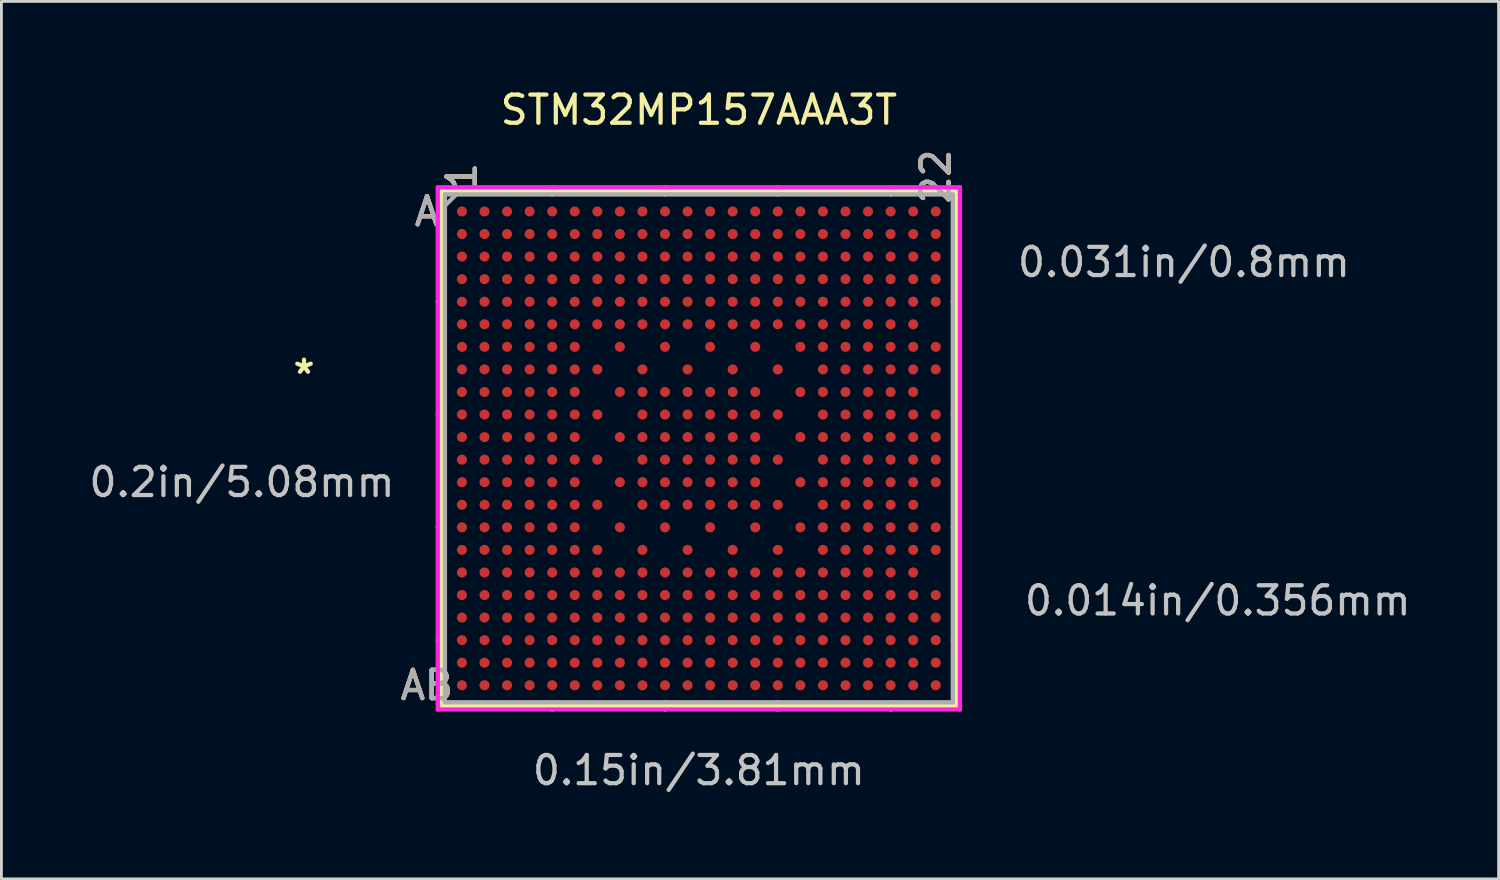
<source format=kicad_pcb>
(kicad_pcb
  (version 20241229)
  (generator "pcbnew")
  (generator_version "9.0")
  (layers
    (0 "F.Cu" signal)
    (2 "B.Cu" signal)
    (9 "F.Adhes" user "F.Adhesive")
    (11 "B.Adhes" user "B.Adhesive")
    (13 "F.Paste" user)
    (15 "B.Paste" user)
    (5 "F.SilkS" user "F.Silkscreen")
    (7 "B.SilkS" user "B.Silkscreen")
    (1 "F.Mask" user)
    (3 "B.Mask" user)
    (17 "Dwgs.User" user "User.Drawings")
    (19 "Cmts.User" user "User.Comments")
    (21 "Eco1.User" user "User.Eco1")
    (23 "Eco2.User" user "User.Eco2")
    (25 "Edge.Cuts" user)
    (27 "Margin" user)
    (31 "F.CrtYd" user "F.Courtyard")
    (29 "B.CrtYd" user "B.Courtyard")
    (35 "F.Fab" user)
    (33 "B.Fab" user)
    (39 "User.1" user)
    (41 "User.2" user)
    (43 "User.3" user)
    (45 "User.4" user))
  (footprint "STM32MP157AAA3T"
    (layer "F.Cu")
    (at 21.73 12.848)
    (property "Reference" "STM32MP157AAA3T" (at 0 -12 0) (layer "F.SilkS") (effects (font (size 1 1) (thickness 0.15))))
    (attr through_hole)
    (fp_line (start -9.131 -9.131) (end -9.131 9.131) (stroke (width 0.152) (type solid)) (layer "F.SilkS"))
    (fp_line (start -9.131 9.131) (end 9.131 9.131) (stroke (width 0.152) (type solid)) (layer "F.SilkS"))
    (fp_line (start -9.004 -5.2) (end -9.258 -5.2) (stroke (width 0.152) (type solid)) (layer "F.SilkS"))
    (fp_line (start -9.004 -1.2) (end -9.258 -1.2) (stroke (width 0.152) (type solid)) (layer "F.SilkS"))
    (fp_line (start -9.004 2.8) (end -9.258 2.8) (stroke (width 0.152) (type solid)) (layer "F.SilkS"))
    (fp_line (start -9.004 6.8) (end -9.258 6.8) (stroke (width 0.152) (type solid)) (layer "F.SilkS"))
    (fp_line (start -5.2 -9.004) (end -5.2 -9.258) (stroke (width 0.152) (type solid)) (layer "F.SilkS"))
    (fp_line (start -5.2 9.004) (end -5.2 9.258) (stroke (width 0.152) (type solid)) (layer "F.SilkS"))
    (fp_line (start -1.2 -9.004) (end -1.2 -9.258) (stroke (width 0.152) (type solid)) (layer "F.SilkS"))
    (fp_line (start -1.2 9.004) (end -1.2 9.258) (stroke (width 0.152) (type solid)) (layer "F.SilkS"))
    (fp_line (start 2.8 -9.004) (end 2.8 -9.258) (stroke (width 0.152) (type solid)) (layer "F.SilkS"))
    (fp_line (start 2.8 9.004) (end 2.8 9.258) (stroke (width 0.152) (type solid)) (layer "F.SilkS"))
    (fp_line (start 6.8 -9.004) (end 6.8 -9.258) (stroke (width 0.152) (type solid)) (layer "F.SilkS"))
    (fp_line (start 6.8 9.004) (end 6.8 9.258) (stroke (width 0.152) (type solid)) (layer "F.SilkS"))
    (fp_line (start 9.004 -5.2) (end 9.258 -5.2) (stroke (width 0.152) (type solid)) (layer "F.SilkS"))
    (fp_line (start 9.004 -1.2) (end 9.258 -1.2) (stroke (width 0.152) (type solid)) (layer "F.SilkS"))
    (fp_line (start 9.004 2.8) (end 9.258 2.8) (stroke (width 0.152) (type solid)) (layer "F.SilkS"))
    (fp_line (start 9.004 6.8) (end 9.258 6.8) (stroke (width 0.152) (type solid)) (layer "F.SilkS"))
    (fp_line (start 9.131 -9.131) (end -9.131 -9.131) (stroke (width 0.152) (type solid)) (layer "F.SilkS"))
    (fp_line (start 9.131 9.131) (end 9.131 -9.131) (stroke (width 0.152) (type solid)) (layer "F.SilkS"))
    (fp_line (start -9.258 -9.258) (end 9.258 -9.258) (stroke (width 0.152) (type solid)) (layer "F.CrtYd"))
    (fp_line (start -9.258 9.258) (end -9.258 -9.258) (stroke (width 0.152) (type solid)) (layer "F.CrtYd"))
    (fp_line (start 9.258 -9.258) (end 9.258 9.258) (stroke (width 0.152) (type solid)) (layer "F.CrtYd"))
    (fp_line (start 9.258 9.258) (end -9.258 9.258) (stroke (width 0.152) (type solid)) (layer "F.CrtYd"))
    (fp_line (start -9.004 -9.004) (end -9.004 9.004) (stroke (width 0.152) (type solid)) (layer "F.Fab"))
    (fp_line (start -9.004 9.004) (end 9.004 9.004) (stroke (width 0.152) (type solid)) (layer "F.Fab"))
    (fp_line (start -8.604 -9.004) (end -9.004 -8.604) (stroke (width 0.152) (type solid)) (layer "F.Fab"))
    (fp_line (start 9.004 -9.004) (end -9.004 -9.004) (stroke (width 0.152) (type solid)) (layer "F.Fab"))
    (fp_line (start 9.004 9.004) (end 9.004 -9.004) (stroke (width 0.152) (type solid)) (layer "F.Fab"))
    (fp_text user "AB" (at -9.639 8.4 0) (layer "F.SilkS") (effects (font (size 1 1) (thickness 0.15))))
    (fp_text user "A" (at -9.639 -8.4 0) (layer "F.SilkS") (effects (font (size 1 1) (thickness 0.15))))
    (fp_text user "*" (at -14 -2.6 0) (layer "F.SilkS") (effects (font (size 1 1) (thickness 0.15))))
    (fp_text user "22" (at 8.4 -9.639 90) (layer "F.SilkS") (effects (font (size 1 1) (thickness 0.15))))
    (fp_text user "1" (at -8.4 -9.639 90) (layer "F.SilkS") (effects (font (size 1 1) (thickness 0.15))))
    (fp_text user "A" (at -9.639 -8.4 0) (layer "B.SilkS") (effects (font (size 1 1) (thickness 0.15))))
    (fp_text user "22" (at 8.4 -9.639 90) (layer "B.SilkS") (effects (font (size 1 1) (thickness 0.15))))
    (fp_text user "AB" (at -9.639 8.4 0) (layer "B.SilkS") (effects (font (size 1 1) (thickness 0.15))))
    (fp_text user "1" (at -8.4 -9.639 90) (layer "B.SilkS") (effects (font (size 1 1) (thickness 0.15))))
    (fp_text user "0.2in/5.08mm" (at -16.2 1.2 0) (layer "Dwgs.User") (effects (font (size 1 1) (thickness 0.15))))
    (fp_text user "0.014in/0.356mm" (at 18.4 5.4 0) (layer "Dwgs.User") (effects (font (size 1 1) (thickness 0.15))))
    (fp_text user "0.031in/0.8mm" (at 17.2 -6.6 0) (layer "Dwgs.User") (effects (font (size 1 1) (thickness 0.15))))
    (fp_text user "0.15in/3.81mm" (at 0 11.417 0) (layer "Dwgs.User") (effects (font (size 1 1) (thickness 0.15))))
    (fp_text user "Copyright 2016 Accelerated Designs. All rights reserved." (at 0 0 0) (layer "Cmts.User") (effects (font (size 0.127 0.127) (thickness 0.002))))
    (fp_text user "1" (at -8.4 -9.639 90) (layer "F.Fab") (effects (font (size 1 1) (thickness 0.15))))
    (fp_text user "22" (at 8.4 -9.639 90) (layer "F.Fab") (effects (font (size 1 1) (thickness 0.15))))
    (fp_text user "AB" (at -9.639 8.4 0) (layer "F.Fab") (effects (font (size 1 1) (thickness 0.15))))
    (fp_text user "A" (at -9.639 -8.4 0) (layer "F.Fab") (effects (font (size 1 1) (thickness 0.15))))
    (pad "A1" smd circle (at -8.4 -8.4) (size 0.356 0.356) (layers "F.Cu" "F.Mask" "F.Paste"))
    (pad "A2" smd circle (at -7.6 -8.4) (size 0.356 0.356) (layers "F.Cu" "F.Mask" "F.Paste"))
    (pad "A3" smd circle (at -6.8 -8.4) (size 0.356 0.356) (layers "F.Cu" "F.Mask" "F.Paste"))
    (pad "A4" smd circle (at -6 -8.4) (size 0.356 0.356) (layers "F.Cu" "F.Mask" "F.Paste"))
    (pad "A5" smd circle (at -5.2 -8.4) (size 0.356 0.356) (layers "F.Cu" "F.Mask" "F.Paste"))
    (pad "A6" smd circle (at -4.4 -8.4) (size 0.356 0.356) (layers "F.Cu" "F.Mask" "F.Paste"))
    (pad "A7" smd circle (at -3.6 -8.4) (size 0.356 0.356) (layers "F.Cu" "F.Mask" "F.Paste"))
    (pad "A8" smd circle (at -2.8 -8.4) (size 0.356 0.356) (layers "F.Cu" "F.Mask" "F.Paste"))
    (pad "A9" smd circle (at -2 -8.4) (size 0.356 0.356) (layers "F.Cu" "F.Mask" "F.Paste"))
    (pad "A10" smd circle (at -1.2 -8.4) (size 0.356 0.356) (layers "F.Cu" "F.Mask" "F.Paste"))
    (pad "A11" smd circle (at -0.4 -8.4) (size 0.356 0.356) (layers "F.Cu" "F.Mask" "F.Paste"))
    (pad "A12" smd circle (at 0.4 -8.4) (size 0.356 0.356) (layers "F.Cu" "F.Mask" "F.Paste"))
    (pad "A13" smd circle (at 1.2 -8.4) (size 0.356 0.356) (layers "F.Cu" "F.Mask" "F.Paste"))
    (pad "A14" smd circle (at 2 -8.4) (size 0.356 0.356) (layers "F.Cu" "F.Mask" "F.Paste"))
    (pad "A15" smd circle (at 2.8 -8.4) (size 0.356 0.356) (layers "F.Cu" "F.Mask" "F.Paste"))
    (pad "A16" smd circle (at 3.6 -8.4) (size 0.356 0.356) (layers "F.Cu" "F.Mask" "F.Paste"))
    (pad "A17" smd circle (at 4.4 -8.4) (size 0.356 0.356) (layers "F.Cu" "F.Mask" "F.Paste"))
    (pad "A18" smd circle (at 5.2 -8.4) (size 0.356 0.356) (layers "F.Cu" "F.Mask" "F.Paste"))
    (pad "A19" smd circle (at 6 -8.4) (size 0.356 0.356) (layers "F.Cu" "F.Mask" "F.Paste"))
    (pad "A20" smd circle (at 6.8 -8.4) (size 0.356 0.356) (layers "F.Cu" "F.Mask" "F.Paste"))
    (pad "A21" smd circle (at 7.6 -8.4) (size 0.356 0.356) (layers "F.Cu" "F.Mask" "F.Paste"))
    (pad "A22" smd circle (at 8.4 -8.4) (size 0.356 0.356) (layers "F.Cu" "F.Mask" "F.Paste"))
    (pad "AA1" smd circle (at -8.4 7.6) (size 0.356 0.356) (layers "F.Cu" "F.Mask" "F.Paste"))
    (pad "AA2" smd circle (at -7.6 7.6) (size 0.356 0.356) (layers "F.Cu" "F.Mask" "F.Paste"))
    (pad "AA3" smd circle (at -6.8 7.6) (size 0.356 0.356) (layers "F.Cu" "F.Mask" "F.Paste"))
    (pad "AA4" smd circle (at -6 7.6) (size 0.356 0.356) (layers "F.Cu" "F.Mask" "F.Paste"))
    (pad "AA5" smd circle (at -5.2 7.6) (size 0.356 0.356) (layers "F.Cu" "F.Mask" "F.Paste"))
    (pad "AA6" smd circle (at -4.4 7.6) (size 0.356 0.356) (layers "F.Cu" "F.Mask" "F.Paste"))
    (pad "AA7" smd circle (at -3.6 7.6) (size 0.356 0.356) (layers "F.Cu" "F.Mask" "F.Paste"))
    (pad "AA8" smd circle (at -2.8 7.6) (size 0.356 0.356) (layers "F.Cu" "F.Mask" "F.Paste"))
    (pad "AA9" smd circle (at -2 7.6) (size 0.356 0.356) (layers "F.Cu" "F.Mask" "F.Paste"))
    (pad "AA10" smd circle (at -1.2 7.6) (size 0.356 0.356) (layers "F.Cu" "F.Mask" "F.Paste"))
    (pad "AA11" smd circle (at -0.4 7.6) (size 0.356 0.356) (layers "F.Cu" "F.Mask" "F.Paste"))
    (pad "AA12" smd circle (at 0.4 7.6) (size 0.356 0.356) (layers "F.Cu" "F.Mask" "F.Paste"))
    (pad "AA13" smd circle (at 1.2 7.6) (size 0.356 0.356) (layers "F.Cu" "F.Mask" "F.Paste"))
    (pad "AA14" smd circle (at 2 7.6) (size 0.356 0.356) (layers "F.Cu" "F.Mask" "F.Paste"))
    (pad "AA15" smd circle (at 2.8 7.6) (size 0.356 0.356) (layers "F.Cu" "F.Mask" "F.Paste"))
    (pad "AA16" smd circle (at 3.6 7.6) (size 0.356 0.356) (layers "F.Cu" "F.Mask" "F.Paste"))
    (pad "AA17" smd circle (at 4.4 7.6) (size 0.356 0.356) (layers "F.Cu" "F.Mask" "F.Paste"))
    (pad "AA18" smd circle (at 5.2 7.6) (size 0.356 0.356) (layers "F.Cu" "F.Mask" "F.Paste"))
    (pad "AA19" smd circle (at 6 7.6) (size 0.356 0.356) (layers "F.Cu" "F.Mask" "F.Paste"))
    (pad "AA20" smd circle (at 6.8 7.6) (size 0.356 0.356) (layers "F.Cu" "F.Mask" "F.Paste"))
    (pad "AA21" smd circle (at 7.6 7.6) (size 0.356 0.356) (layers "F.Cu" "F.Mask" "F.Paste"))
    (pad "AA22" smd circle (at 8.4 7.6) (size 0.356 0.356) (layers "F.Cu" "F.Mask" "F.Paste"))
    (pad "AB1" smd circle (at -8.4 8.4) (size 0.356 0.356) (layers "F.Cu" "F.Mask" "F.Paste"))
    (pad "AB2" smd circle (at -7.6 8.4) (size 0.356 0.356) (layers "F.Cu" "F.Mask" "F.Paste"))
    (pad "AB3" smd circle (at -6.8 8.4) (size 0.356 0.356) (layers "F.Cu" "F.Mask" "F.Paste"))
    (pad "AB4" smd circle (at -6 8.4) (size 0.356 0.356) (layers "F.Cu" "F.Mask" "F.Paste"))
    (pad "AB5" smd circle (at -5.2 8.4) (size 0.356 0.356) (layers "F.Cu" "F.Mask" "F.Paste"))
    (pad "AB6" smd circle (at -4.4 8.4) (size 0.356 0.356) (layers "F.Cu" "F.Mask" "F.Paste"))
    (pad "AB7" smd circle (at -3.6 8.4) (size 0.356 0.356) (layers "F.Cu" "F.Mask" "F.Paste"))
    (pad "AB8" smd circle (at -2.8 8.4) (size 0.356 0.356) (layers "F.Cu" "F.Mask" "F.Paste"))
    (pad "AB9" smd circle (at -2 8.4) (size 0.356 0.356) (layers "F.Cu" "F.Mask" "F.Paste"))
    (pad "AB10" smd circle (at -1.2 8.4) (size 0.356 0.356) (layers "F.Cu" "F.Mask" "F.Paste"))
    (pad "AB11" smd circle (at -0.4 8.4) (size 0.356 0.356) (layers "F.Cu" "F.Mask" "F.Paste"))
    (pad "AB12" smd circle (at 0.4 8.4) (size 0.356 0.356) (layers "F.Cu" "F.Mask" "F.Paste"))
    (pad "AB13" smd circle (at 1.2 8.4) (size 0.356 0.356) (layers "F.Cu" "F.Mask" "F.Paste"))
    (pad "AB14" smd circle (at 2 8.4) (size 0.356 0.356) (layers "F.Cu" "F.Mask" "F.Paste"))
    (pad "AB15" smd circle (at 2.8 8.4) (size 0.356 0.356) (layers "F.Cu" "F.Mask" "F.Paste"))
    (pad "AB16" smd circle (at 3.6 8.4) (size 0.356 0.356) (layers "F.Cu" "F.Mask" "F.Paste"))
    (pad "AB17" smd circle (at 4.4 8.4) (size 0.356 0.356) (layers "F.Cu" "F.Mask" "F.Paste"))
    (pad "AB18" smd circle (at 5.2 8.4) (size 0.356 0.356) (layers "F.Cu" "F.Mask" "F.Paste"))
    (pad "AB19" smd circle (at 6 8.4) (size 0.356 0.356) (layers "F.Cu" "F.Mask" "F.Paste"))
    (pad "AB20" smd circle (at 6.8 8.4) (size 0.356 0.356) (layers "F.Cu" "F.Mask" "F.Paste"))
    (pad "AB21" smd circle (at 7.6 8.4) (size 0.356 0.356) (layers "F.Cu" "F.Mask" "F.Paste"))
    (pad "AB22" smd circle (at 8.4 8.4) (size 0.356 0.356) (layers "F.Cu" "F.Mask" "F.Paste"))
    (pad "B1" smd circle (at -8.4 -7.6) (size 0.356 0.356) (layers "F.Cu" "F.Mask" "F.Paste"))
    (pad "B2" smd circle (at -7.6 -7.6) (size 0.356 0.356) (layers "F.Cu" "F.Mask" "F.Paste"))
    (pad "B3" smd circle (at -6.8 -7.6) (size 0.356 0.356) (layers "F.Cu" "F.Mask" "F.Paste"))
    (pad "B4" smd circle (at -6 -7.6) (size 0.356 0.356) (layers "F.Cu" "F.Mask" "F.Paste"))
    (pad "B5" smd circle (at -5.2 -7.6) (size 0.356 0.356) (layers "F.Cu" "F.Mask" "F.Paste"))
    (pad "B6" smd circle (at -4.4 -7.6) (size 0.356 0.356) (layers "F.Cu" "F.Mask" "F.Paste"))
    (pad "B7" smd circle (at -3.6 -7.6) (size 0.356 0.356) (layers "F.Cu" "F.Mask" "F.Paste"))
    (pad "B8" smd circle (at -2.8 -7.6) (size 0.356 0.356) (layers "F.Cu" "F.Mask" "F.Paste"))
    (pad "B9" smd circle (at -2 -7.6) (size 0.356 0.356) (layers "F.Cu" "F.Mask" "F.Paste"))
    (pad "B10" smd circle (at -1.2 -7.6) (size 0.356 0.356) (layers "F.Cu" "F.Mask" "F.Paste"))
    (pad "B11" smd circle (at -0.4 -7.6) (size 0.356 0.356) (layers "F.Cu" "F.Mask" "F.Paste"))
    (pad "B12" smd circle (at 0.4 -7.6) (size 0.356 0.356) (layers "F.Cu" "F.Mask" "F.Paste"))
    (pad "B13" smd circle (at 1.2 -7.6) (size 0.356 0.356) (layers "F.Cu" "F.Mask" "F.Paste"))
    (pad "B14" smd circle (at 2 -7.6) (size 0.356 0.356) (layers "F.Cu" "F.Mask" "F.Paste"))
    (pad "B15" smd circle (at 2.8 -7.6) (size 0.356 0.356) (layers "F.Cu" "F.Mask" "F.Paste"))
    (pad "B16" smd circle (at 3.6 -7.6) (size 0.356 0.356) (layers "F.Cu" "F.Mask" "F.Paste"))
    (pad "B17" smd circle (at 4.4 -7.6) (size 0.356 0.356) (layers "F.Cu" "F.Mask" "F.Paste"))
    (pad "B18" smd circle (at 5.2 -7.6) (size 0.356 0.356) (layers "F.Cu" "F.Mask" "F.Paste"))
    (pad "B19" smd circle (at 6 -7.6) (size 0.356 0.356) (layers "F.Cu" "F.Mask" "F.Paste"))
    (pad "B20" smd circle (at 6.8 -7.6) (size 0.356 0.356) (layers "F.Cu" "F.Mask" "F.Paste"))
    (pad "B21" smd circle (at 7.6 -7.6) (size 0.356 0.356) (layers "F.Cu" "F.Mask" "F.Paste"))
    (pad "B22" smd circle (at 8.4 -7.6) (size 0.356 0.356) (layers "F.Cu" "F.Mask" "F.Paste"))
    (pad "C1" smd circle (at -8.4 -6.8) (size 0.356 0.356) (layers "F.Cu" "F.Mask" "F.Paste"))
    (pad "C2" smd circle (at -7.6 -6.8) (size 0.356 0.356) (layers "F.Cu" "F.Mask" "F.Paste"))
    (pad "C3" smd circle (at -6.8 -6.8) (size 0.356 0.356) (layers "F.Cu" "F.Mask" "F.Paste"))
    (pad "C4" smd circle (at -6 -6.8) (size 0.356 0.356) (layers "F.Cu" "F.Mask" "F.Paste"))
    (pad "C5" smd circle (at -5.2 -6.8) (size 0.356 0.356) (layers "F.Cu" "F.Mask" "F.Paste"))
    (pad "C6" smd circle (at -4.4 -6.8) (size 0.356 0.356) (layers "F.Cu" "F.Mask" "F.Paste"))
    (pad "C7" smd circle (at -3.6 -6.8) (size 0.356 0.356) (layers "F.Cu" "F.Mask" "F.Paste"))
    (pad "C8" smd circle (at -2.8 -6.8) (size 0.356 0.356) (layers "F.Cu" "F.Mask" "F.Paste"))
    (pad "C9" smd circle (at -2 -6.8) (size 0.356 0.356) (layers "F.Cu" "F.Mask" "F.Paste"))
    (pad "C10" smd circle (at -1.2 -6.8) (size 0.356 0.356) (layers "F.Cu" "F.Mask" "F.Paste"))
    (pad "C11" smd circle (at -0.4 -6.8) (size 0.356 0.356) (layers "F.Cu" "F.Mask" "F.Paste"))
    (pad "C12" smd circle (at 0.4 -6.8) (size 0.356 0.356) (layers "F.Cu" "F.Mask" "F.Paste"))
    (pad "C13" smd circle (at 1.2 -6.8) (size 0.356 0.356) (layers "F.Cu" "F.Mask" "F.Paste"))
    (pad "C14" smd circle (at 2 -6.8) (size 0.356 0.356) (layers "F.Cu" "F.Mask" "F.Paste"))
    (pad "C15" smd circle (at 2.8 -6.8) (size 0.356 0.356) (layers "F.Cu" "F.Mask" "F.Paste"))
    (pad "C16" smd circle (at 3.6 -6.8) (size 0.356 0.356) (layers "F.Cu" "F.Mask" "F.Paste"))
    (pad "C17" smd circle (at 4.4 -6.8) (size 0.356 0.356) (layers "F.Cu" "F.Mask" "F.Paste"))
    (pad "C18" smd circle (at 5.2 -6.8) (size 0.356 0.356) (layers "F.Cu" "F.Mask" "F.Paste"))
    (pad "C19" smd circle (at 6 -6.8) (size 0.356 0.356) (layers "F.Cu" "F.Mask" "F.Paste"))
    (pad "C20" smd circle (at 6.8 -6.8) (size 0.356 0.356) (layers "F.Cu" "F.Mask" "F.Paste"))
    (pad "C21" smd circle (at 7.6 -6.8) (size 0.356 0.356) (layers "F.Cu" "F.Mask" "F.Paste"))
    (pad "C22" smd circle (at 8.4 -6.8) (size 0.356 0.356) (layers "F.Cu" "F.Mask" "F.Paste"))
    (pad "D1" smd circle (at -8.4 -6) (size 0.356 0.356) (layers "F.Cu" "F.Mask" "F.Paste"))
    (pad "D2" smd circle (at -7.6 -6) (size 0.356 0.356) (layers "F.Cu" "F.Mask" "F.Paste"))
    (pad "D3" smd circle (at -6.8 -6) (size 0.356 0.356) (layers "F.Cu" "F.Mask" "F.Paste"))
    (pad "D4" smd circle (at -6 -6) (size 0.356 0.356) (layers "F.Cu" "F.Mask" "F.Paste"))
    (pad "D5" smd circle (at -5.2 -6) (size 0.356 0.356) (layers "F.Cu" "F.Mask" "F.Paste"))
    (pad "D6" smd circle (at -4.4 -6) (size 0.356 0.356) (layers "F.Cu" "F.Mask" "F.Paste"))
    (pad "D7" smd circle (at -3.6 -6) (size 0.356 0.356) (layers "F.Cu" "F.Mask" "F.Paste"))
    (pad "D8" smd circle (at -2.8 -6) (size 0.356 0.356) (layers "F.Cu" "F.Mask" "F.Paste"))
    (pad "D9" smd circle (at -2 -6) (size 0.356 0.356) (layers "F.Cu" "F.Mask" "F.Paste"))
    (pad "D10" smd circle (at -1.2 -6) (size 0.356 0.356) (layers "F.Cu" "F.Mask" "F.Paste"))
    (pad "D11" smd circle (at -0.4 -6) (size 0.356 0.356) (layers "F.Cu" "F.Mask" "F.Paste"))
    (pad "D12" smd circle (at 0.4 -6) (size 0.356 0.356) (layers "F.Cu" "F.Mask" "F.Paste"))
    (pad "D13" smd circle (at 1.2 -6) (size 0.356 0.356) (layers "F.Cu" "F.Mask" "F.Paste"))
    (pad "D14" smd circle (at 2 -6) (size 0.356 0.356) (layers "F.Cu" "F.Mask" "F.Paste"))
    (pad "D15" smd circle (at 2.8 -6) (size 0.356 0.356) (layers "F.Cu" "F.Mask" "F.Paste"))
    (pad "D16" smd circle (at 3.6 -6) (size 0.356 0.356) (layers "F.Cu" "F.Mask" "F.Paste"))
    (pad "D17" smd circle (at 4.4 -6) (size 0.356 0.356) (layers "F.Cu" "F.Mask" "F.Paste"))
    (pad "D18" smd circle (at 5.2 -6) (size 0.356 0.356) (layers "F.Cu" "F.Mask" "F.Paste"))
    (pad "D19" smd circle (at 6 -6) (size 0.356 0.356) (layers "F.Cu" "F.Mask" "F.Paste"))
    (pad "D20" smd circle (at 6.8 -6) (size 0.356 0.356) (layers "F.Cu" "F.Mask" "F.Paste"))
    (pad "D21" smd circle (at 7.6 -6) (size 0.356 0.356) (layers "F.Cu" "F.Mask" "F.Paste"))
    (pad "D22" smd circle (at 8.4 -6) (size 0.356 0.356) (layers "F.Cu" "F.Mask" "F.Paste"))
    (pad "E1" smd circle (at -8.4 -5.2) (size 0.356 0.356) (layers "F.Cu" "F.Mask" "F.Paste"))
    (pad "E2" smd circle (at -7.6 -5.2) (size 0.356 0.356) (layers "F.Cu" "F.Mask" "F.Paste"))
    (pad "E3" smd circle (at -6.8 -5.2) (size 0.356 0.356) (layers "F.Cu" "F.Mask" "F.Paste"))
    (pad "E4" smd circle (at -6 -5.2) (size 0.356 0.356) (layers "F.Cu" "F.Mask" "F.Paste"))
    (pad "E5" smd circle (at -5.2 -5.2) (size 0.356 0.356) (layers "F.Cu" "F.Mask" "F.Paste"))
    (pad "E6" smd circle (at -4.4 -5.2) (size 0.356 0.356) (layers "F.Cu" "F.Mask" "F.Paste"))
    (pad "E7" smd circle (at -3.6 -5.2) (size 0.356 0.356) (layers "F.Cu" "F.Mask" "F.Paste"))
    (pad "E8" smd circle (at -2.8 -5.2) (size 0.356 0.356) (layers "F.Cu" "F.Mask" "F.Paste"))
    (pad "E9" smd circle (at -2 -5.2) (size 0.356 0.356) (layers "F.Cu" "F.Mask" "F.Paste"))
    (pad "E10" smd circle (at -1.2 -5.2) (size 0.356 0.356) (layers "F.Cu" "F.Mask" "F.Paste"))
    (pad "E11" smd circle (at -0.4 -5.2) (size 0.356 0.356) (layers "F.Cu" "F.Mask" "F.Paste"))
    (pad "E12" smd circle (at 0.4 -5.2) (size 0.356 0.356) (layers "F.Cu" "F.Mask" "F.Paste"))
    (pad "E13" smd circle (at 1.2 -5.2) (size 0.356 0.356) (layers "F.Cu" "F.Mask" "F.Paste"))
    (pad "E14" smd circle (at 2 -5.2) (size 0.356 0.356) (layers "F.Cu" "F.Mask" "F.Paste"))
    (pad "E15" smd circle (at 2.8 -5.2) (size 0.356 0.356) (layers "F.Cu" "F.Mask" "F.Paste"))
    (pad "E16" smd circle (at 3.6 -5.2) (size 0.356 0.356) (layers "F.Cu" "F.Mask" "F.Paste"))
    (pad "E17" smd circle (at 4.4 -5.2) (size 0.356 0.356) (layers "F.Cu" "F.Mask" "F.Paste"))
    (pad "E18" smd circle (at 5.2 -5.2) (size 0.356 0.356) (layers "F.Cu" "F.Mask" "F.Paste"))
    (pad "E19" smd circle (at 6 -5.2) (size 0.356 0.356) (layers "F.Cu" "F.Mask" "F.Paste"))
    (pad "E20" smd circle (at 6.8 -5.2) (size 0.356 0.356) (layers "F.Cu" "F.Mask" "F.Paste"))
    (pad "E21" smd circle (at 7.6 -5.2) (size 0.356 0.356) (layers "F.Cu" "F.Mask" "F.Paste"))
    (pad "E22" smd circle (at 8.4 -5.2) (size 0.356 0.356) (layers "F.Cu" "F.Mask" "F.Paste"))
    (pad "F1" smd circle (at -8.4 -4.4) (size 0.356 0.356) (layers "F.Cu" "F.Mask" "F.Paste"))
    (pad "F2" smd circle (at -7.6 -4.4) (size 0.356 0.356) (layers "F.Cu" "F.Mask" "F.Paste"))
    (pad "F3" smd circle (at -6.8 -4.4) (size 0.356 0.356) (layers "F.Cu" "F.Mask" "F.Paste"))
    (pad "F4" smd circle (at -6 -4.4) (size 0.356 0.356) (layers "F.Cu" "F.Mask" "F.Paste"))
    (pad "F5" smd circle (at -5.2 -4.4) (size 0.356 0.356) (layers "F.Cu" "F.Mask" "F.Paste"))
    (pad "F6" smd circle (at -4.4 -4.4) (size 0.356 0.356) (layers "F.Cu" "F.Mask" "F.Paste"))
    (pad "F7" smd circle (at -3.6 -4.4) (size 0.356 0.356) (layers "F.Cu" "F.Mask" "F.Paste"))
    (pad "F8" smd circle (at -2.8 -4.4) (size 0.356 0.356) (layers "F.Cu" "F.Mask" "F.Paste"))
    (pad "F9" smd circle (at -2 -4.4) (size 0.356 0.356) (layers "F.Cu" "F.Mask" "F.Paste"))
    (pad "F10" smd circle (at -1.2 -4.4) (size 0.356 0.356) (layers "F.Cu" "F.Mask" "F.Paste"))
    (pad "F11" smd circle (at -0.4 -4.4) (size 0.356 0.356) (layers "F.Cu" "F.Mask" "F.Paste"))
    (pad "F12" smd circle (at 0.4 -4.4) (size 0.356 0.356) (layers "F.Cu" "F.Mask" "F.Paste"))
    (pad "F13" smd circle (at 1.2 -4.4) (size 0.356 0.356) (layers "F.Cu" "F.Mask" "F.Paste"))
    (pad "F14" smd circle (at 2 -4.4) (size 0.356 0.356) (layers "F.Cu" "F.Mask" "F.Paste"))
    (pad "F15" smd circle (at 2.8 -4.4) (size 0.356 0.356) (layers "F.Cu" "F.Mask" "F.Paste"))
    (pad "F16" smd circle (at 3.6 -4.4) (size 0.356 0.356) (layers "F.Cu" "F.Mask" "F.Paste"))
    (pad "F17" smd circle (at 4.4 -4.4) (size 0.356 0.356) (layers "F.Cu" "F.Mask" "F.Paste"))
    (pad "F18" smd circle (at 5.2 -4.4) (size 0.356 0.356) (layers "F.Cu" "F.Mask" "F.Paste"))
    (pad "F19" smd circle (at 6 -4.4) (size 0.356 0.356) (layers "F.Cu" "F.Mask" "F.Paste"))
    (pad "F20" smd circle (at 6.8 -4.4) (size 0.356 0.356) (layers "F.Cu" "F.Mask" "F.Paste"))
    (pad "F21" smd circle (at 7.6 -4.4) (size 0.356 0.356) (layers "F.Cu" "F.Mask" "F.Paste"))
    (pad "G1" smd circle (at -8.4 -3.6) (size 0.356 0.356) (layers "F.Cu" "F.Mask" "F.Paste"))
    (pad "G2" smd circle (at -7.6 -3.6) (size 0.356 0.356) (layers "F.Cu" "F.Mask" "F.Paste"))
    (pad "G3" smd circle (at -6.8 -3.6) (size 0.356 0.356) (layers "F.Cu" "F.Mask" "F.Paste"))
    (pad "G4" smd circle (at -6 -3.6) (size 0.356 0.356) (layers "F.Cu" "F.Mask" "F.Paste"))
    (pad "G5" smd circle (at -5.2 -3.6) (size 0.356 0.356) (layers "F.Cu" "F.Mask" "F.Paste"))
    (pad "G6" smd circle (at -4.4 -3.6) (size 0.356 0.356) (layers "F.Cu" "F.Mask" "F.Paste"))
    (pad "G8" smd circle (at -2.8 -3.6) (size 0.356 0.356) (layers "F.Cu" "F.Mask" "F.Paste"))
    (pad "G10" smd circle (at -1.2 -3.6) (size 0.356 0.356) (layers "F.Cu" "F.Mask" "F.Paste"))
    (pad "G12" smd circle (at 0.4 -3.6) (size 0.356 0.356) (layers "F.Cu" "F.Mask" "F.Paste"))
    (pad "G14" smd circle (at 2 -3.6) (size 0.356 0.356) (layers "F.Cu" "F.Mask" "F.Paste"))
    (pad "G16" smd circle (at 3.6 -3.6) (size 0.356 0.356) (layers "F.Cu" "F.Mask" "F.Paste"))
    (pad "G17" smd circle (at 4.4 -3.6) (size 0.356 0.356) (layers "F.Cu" "F.Mask" "F.Paste"))
    (pad "G18" smd circle (at 5.2 -3.6) (size 0.356 0.356) (layers "F.Cu" "F.Mask" "F.Paste"))
    (pad "G19" smd circle (at 6 -3.6) (size 0.356 0.356) (layers "F.Cu" "F.Mask" "F.Paste"))
    (pad "G20" smd circle (at 6.8 -3.6) (size 0.356 0.356) (layers "F.Cu" "F.Mask" "F.Paste"))
    (pad "G21" smd circle (at 7.6 -3.6) (size 0.356 0.356) (layers "F.Cu" "F.Mask" "F.Paste"))
    (pad "G22" smd circle (at 8.4 -3.6) (size 0.356 0.356) (layers "F.Cu" "F.Mask" "F.Paste"))
    (pad "H1" smd circle (at -8.4 -2.8) (size 0.356 0.356) (layers "F.Cu" "F.Mask" "F.Paste"))
    (pad "H2" smd circle (at -7.6 -2.8) (size 0.356 0.356) (layers "F.Cu" "F.Mask" "F.Paste"))
    (pad "H3" smd circle (at -6.8 -2.8) (size 0.356 0.356) (layers "F.Cu" "F.Mask" "F.Paste"))
    (pad "H4" smd circle (at -6 -2.8) (size 0.356 0.356) (layers "F.Cu" "F.Mask" "F.Paste"))
    (pad "H5" smd circle (at -5.2 -2.8) (size 0.356 0.356) (layers "F.Cu" "F.Mask" "F.Paste"))
    (pad "H6" smd circle (at -4.4 -2.8) (size 0.356 0.356) (layers "F.Cu" "F.Mask" "F.Paste"))
    (pad "H7" smd circle (at -3.6 -2.8) (size 0.356 0.356) (layers "F.Cu" "F.Mask" "F.Paste"))
    (pad "H9" smd circle (at -2 -2.8) (size 0.356 0.356) (layers "F.Cu" "F.Mask" "F.Paste"))
    (pad "H11" smd circle (at -0.4 -2.8) (size 0.356 0.356) (layers "F.Cu" "F.Mask" "F.Paste"))
    (pad "H13" smd circle (at 1.2 -2.8) (size 0.356 0.356) (layers "F.Cu" "F.Mask" "F.Paste"))
    (pad "H15" smd circle (at 2.8 -2.8) (size 0.356 0.356) (layers "F.Cu" "F.Mask" "F.Paste"))
    (pad "H17" smd circle (at 4.4 -2.8) (size 0.356 0.356) (layers "F.Cu" "F.Mask" "F.Paste"))
    (pad "H18" smd circle (at 5.2 -2.8) (size 0.356 0.356) (layers "F.Cu" "F.Mask" "F.Paste"))
    (pad "H19" smd circle (at 6 -2.8) (size 0.356 0.356) (layers "F.Cu" "F.Mask" "F.Paste"))
    (pad "H20" smd circle (at 6.8 -2.8) (size 0.356 0.356) (layers "F.Cu" "F.Mask" "F.Paste"))
    (pad "H21" smd circle (at 7.6 -2.8) (size 0.356 0.356) (layers "F.Cu" "F.Mask" "F.Paste"))
    (pad "H22" smd circle (at 8.4 -2.8) (size 0.356 0.356) (layers "F.Cu" "F.Mask" "F.Paste"))
    (pad "J1" smd circle (at -8.4 -2) (size 0.356 0.356) (layers "F.Cu" "F.Mask" "F.Paste"))
    (pad "J2" smd circle (at -7.6 -2) (size 0.356 0.356) (layers "F.Cu" "F.Mask" "F.Paste"))
    (pad "J3" smd circle (at -6.8 -2) (size 0.356 0.356) (layers "F.Cu" "F.Mask" "F.Paste"))
    (pad "J4" smd circle (at -6 -2) (size 0.356 0.356) (layers "F.Cu" "F.Mask" "F.Paste"))
    (pad "J5" smd circle (at -5.2 -2) (size 0.356 0.356) (layers "F.Cu" "F.Mask" "F.Paste"))
    (pad "J6" smd circle (at -4.4 -2) (size 0.356 0.356) (layers "F.Cu" "F.Mask" "F.Paste"))
    (pad "J8" smd circle (at -2.8 -2) (size 0.356 0.356) (layers "F.Cu" "F.Mask" "F.Paste"))
    (pad "J9" smd circle (at -2 -2) (size 0.356 0.356) (layers "F.Cu" "F.Mask" "F.Paste"))
    (pad "J10" smd circle (at -1.2 -2) (size 0.356 0.356) (layers "F.Cu" "F.Mask" "F.Paste"))
    (pad "J11" smd circle (at -0.4 -2) (size 0.356 0.356) (layers "F.Cu" "F.Mask" "F.Paste"))
    (pad "J12" smd circle (at 0.4 -2) (size 0.356 0.356) (layers "F.Cu" "F.Mask" "F.Paste"))
    (pad "J13" smd circle (at 1.2 -2) (size 0.356 0.356) (layers "F.Cu" "F.Mask" "F.Paste"))
    (pad "J14" smd circle (at 2 -2) (size 0.356 0.356) (layers "F.Cu" "F.Mask" "F.Paste"))
    (pad "J16" smd circle (at 3.6 -2) (size 0.356 0.356) (layers "F.Cu" "F.Mask" "F.Paste"))
    (pad "J17" smd circle (at 4.4 -2) (size 0.356 0.356) (layers "F.Cu" "F.Mask" "F.Paste"))
    (pad "J18" smd circle (at 5.2 -2) (size 0.356 0.356) (layers "F.Cu" "F.Mask" "F.Paste"))
    (pad "J19" smd circle (at 6 -2) (size 0.356 0.356) (layers "F.Cu" "F.Mask" "F.Paste"))
    (pad "J20" smd circle (at 6.8 -2) (size 0.356 0.356) (layers "F.Cu" "F.Mask" "F.Paste"))
    (pad "J21" smd circle (at 7.6 -2) (size 0.356 0.356) (layers "F.Cu" "F.Mask" "F.Paste"))
    (pad "K1" smd circle (at -8.4 -1.2) (size 0.356 0.356) (layers "F.Cu" "F.Mask" "F.Paste"))
    (pad "K2" smd circle (at -7.6 -1.2) (size 0.356 0.356) (layers "F.Cu" "F.Mask" "F.Paste"))
    (pad "K3" smd circle (at -6.8 -1.2) (size 0.356 0.356) (layers "F.Cu" "F.Mask" "F.Paste"))
    (pad "K4" smd circle (at -6 -1.2) (size 0.356 0.356) (layers "F.Cu" "F.Mask" "F.Paste"))
    (pad "K5" smd circle (at -5.2 -1.2) (size 0.356 0.356) (layers "F.Cu" "F.Mask" "F.Paste"))
    (pad "K6" smd circle (at -4.4 -1.2) (size 0.356 0.356) (layers "F.Cu" "F.Mask" "F.Paste"))
    (pad "K7" smd circle (at -3.6 -1.2) (size 0.356 0.356) (layers "F.Cu" "F.Mask" "F.Paste"))
    (pad "K9" smd circle (at -2 -1.2) (size 0.356 0.356) (layers "F.Cu" "F.Mask" "F.Paste"))
    (pad "K10" smd circle (at -1.2 -1.2) (size 0.356 0.356) (layers "F.Cu" "F.Mask" "F.Paste"))
    (pad "K11" smd circle (at -0.4 -1.2) (size 0.356 0.356) (layers "F.Cu" "F.Mask" "F.Paste"))
    (pad "K12" smd circle (at 0.4 -1.2) (size 0.356 0.356) (layers "F.Cu" "F.Mask" "F.Paste"))
    (pad "K13" smd circle (at 1.2 -1.2) (size 0.356 0.356) (layers "F.Cu" "F.Mask" "F.Paste"))
    (pad "K14" smd circle (at 2 -1.2) (size 0.356 0.356) (layers "F.Cu" "F.Mask" "F.Paste"))
    (pad "K15" smd circle (at 2.8 -1.2) (size 0.356 0.356) (layers "F.Cu" "F.Mask" "F.Paste"))
    (pad "K17" smd circle (at 4.4 -1.2) (size 0.356 0.356) (layers "F.Cu" "F.Mask" "F.Paste"))
    (pad "K18" smd circle (at 5.2 -1.2) (size 0.356 0.356) (layers "F.Cu" "F.Mask" "F.Paste"))
    (pad "K19" smd circle (at 6 -1.2) (size 0.356 0.356) (layers "F.Cu" "F.Mask" "F.Paste"))
    (pad "K20" smd circle (at 6.8 -1.2) (size 0.356 0.356) (layers "F.Cu" "F.Mask" "F.Paste"))
    (pad "K21" smd circle (at 7.6 -1.2) (size 0.356 0.356) (layers "F.Cu" "F.Mask" "F.Paste"))
    (pad "K22" smd circle (at 8.4 -1.2) (size 0.356 0.356) (layers "F.Cu" "F.Mask" "F.Paste"))
    (pad "L1" smd circle (at -8.4 -0.4) (size 0.356 0.356) (layers "F.Cu" "F.Mask" "F.Paste"))
    (pad "L2" smd circle (at -7.6 -0.4) (size 0.356 0.356) (layers "F.Cu" "F.Mask" "F.Paste"))
    (pad "L3" smd circle (at -6.8 -0.4) (size 0.356 0.356) (layers "F.Cu" "F.Mask" "F.Paste"))
    (pad "L4" smd circle (at -6 -0.4) (size 0.356 0.356) (layers "F.Cu" "F.Mask" "F.Paste"))
    (pad "L5" smd circle (at -5.2 -0.4) (size 0.356 0.356) (layers "F.Cu" "F.Mask" "F.Paste"))
    (pad "L6" smd circle (at -4.4 -0.4) (size 0.356 0.356) (layers "F.Cu" "F.Mask" "F.Paste"))
    (pad "L8" smd circle (at -2.8 -0.4) (size 0.356 0.356) (layers "F.Cu" "F.Mask" "F.Paste"))
    (pad "L9" smd circle (at -2 -0.4) (size 0.356 0.356) (layers "F.Cu" "F.Mask" "F.Paste"))
    (pad "L10" smd circle (at -1.2 -0.4) (size 0.356 0.356) (layers "F.Cu" "F.Mask" "F.Paste"))
    (pad "L11" smd circle (at -0.4 -0.4) (size 0.356 0.356) (layers "F.Cu" "F.Mask" "F.Paste"))
    (pad "L12" smd circle (at 0.4 -0.4) (size 0.356 0.356) (layers "F.Cu" "F.Mask" "F.Paste"))
    (pad "L13" smd circle (at 1.2 -0.4) (size 0.356 0.356) (layers "F.Cu" "F.Mask" "F.Paste"))
    (pad "L14" smd circle (at 2 -0.4) (size 0.356 0.356) (layers "F.Cu" "F.Mask" "F.Paste"))
    (pad "L16" smd circle (at 3.6 -0.4) (size 0.356 0.356) (layers "F.Cu" "F.Mask" "F.Paste"))
    (pad "L17" smd circle (at 4.4 -0.4) (size 0.356 0.356) (layers "F.Cu" "F.Mask" "F.Paste"))
    (pad "L18" smd circle (at 5.2 -0.4) (size 0.356 0.356) (layers "F.Cu" "F.Mask" "F.Paste"))
    (pad "L19" smd circle (at 6 -0.4) (size 0.356 0.356) (layers "F.Cu" "F.Mask" "F.Paste"))
    (pad "L20" smd circle (at 6.8 -0.4) (size 0.356 0.356) (layers "F.Cu" "F.Mask" "F.Paste"))
    (pad "L21" smd circle (at 7.6 -0.4) (size 0.356 0.356) (layers "F.Cu" "F.Mask" "F.Paste"))
    (pad "L22" smd circle (at 8.4 -0.4) (size 0.356 0.356) (layers "F.Cu" "F.Mask" "F.Paste"))
    (pad "M1" smd circle (at -8.4 0.4) (size 0.356 0.356) (layers "F.Cu" "F.Mask" "F.Paste"))
    (pad "M2" smd circle (at -7.6 0.4) (size 0.356 0.356) (layers "F.Cu" "F.Mask" "F.Paste"))
    (pad "M3" smd circle (at -6.8 0.4) (size 0.356 0.356) (layers "F.Cu" "F.Mask" "F.Paste"))
    (pad "M4" smd circle (at -6 0.4) (size 0.356 0.356) (layers "F.Cu" "F.Mask" "F.Paste"))
    (pad "M5" smd circle (at -5.2 0.4) (size 0.356 0.356) (layers "F.Cu" "F.Mask" "F.Paste"))
    (pad "M6" smd circle (at -4.4 0.4) (size 0.356 0.356) (layers "F.Cu" "F.Mask" "F.Paste"))
    (pad "M7" smd circle (at -3.6 0.4) (size 0.356 0.356) (layers "F.Cu" "F.Mask" "F.Paste"))
    (pad "M9" smd circle (at -2 0.4) (size 0.356 0.356) (layers "F.Cu" "F.Mask" "F.Paste"))
    (pad "M10" smd circle (at -1.2 0.4) (size 0.356 0.356) (layers "F.Cu" "F.Mask" "F.Paste"))
    (pad "M11" smd circle (at -0.4 0.4) (size 0.356 0.356) (layers "F.Cu" "F.Mask" "F.Paste"))
    (pad "M12" smd circle (at 0.4 0.4) (size 0.356 0.356) (layers "F.Cu" "F.Mask" "F.Paste"))
    (pad "M13" smd circle (at 1.2 0.4) (size 0.356 0.356) (layers "F.Cu" "F.Mask" "F.Paste"))
    (pad "M14" smd circle (at 2 0.4) (size 0.356 0.356) (layers "F.Cu" "F.Mask" "F.Paste"))
    (pad "M15" smd circle (at 2.8 0.4) (size 0.356 0.356) (layers "F.Cu" "F.Mask" "F.Paste"))
    (pad "M17" smd circle (at 4.4 0.4) (size 0.356 0.356) (layers "F.Cu" "F.Mask" "F.Paste"))
    (pad "M18" smd circle (at 5.2 0.4) (size 0.356 0.356) (layers "F.Cu" "F.Mask" "F.Paste"))
    (pad "M19" smd circle (at 6 0.4) (size 0.356 0.356) (layers "F.Cu" "F.Mask" "F.Paste"))
    (pad "M20" smd circle (at 6.8 0.4) (size 0.356 0.356) (layers "F.Cu" "F.Mask" "F.Paste"))
    (pad "M21" smd circle (at 7.6 0.4) (size 0.356 0.356) (layers "F.Cu" "F.Mask" "F.Paste"))
    (pad "M22" smd circle (at 8.4 0.4) (size 0.356 0.356) (layers "F.Cu" "F.Mask" "F.Paste"))
    (pad "N1" smd circle (at -8.4 1.2) (size 0.356 0.356) (layers "F.Cu" "F.Mask" "F.Paste"))
    (pad "N2" smd circle (at -7.6 1.2) (size 0.356 0.356) (layers "F.Cu" "F.Mask" "F.Paste"))
    (pad "N3" smd circle (at -6.8 1.2) (size 0.356 0.356) (layers "F.Cu" "F.Mask" "F.Paste"))
    (pad "N4" smd circle (at -6 1.2) (size 0.356 0.356) (layers "F.Cu" "F.Mask" "F.Paste"))
    (pad "N5" smd circle (at -5.2 1.2) (size 0.356 0.356) (layers "F.Cu" "F.Mask" "F.Paste"))
    (pad "N6" smd circle (at -4.4 1.2) (size 0.356 0.356) (layers "F.Cu" "F.Mask" "F.Paste"))
    (pad "N8" smd circle (at -2.8 1.2) (size 0.356 0.356) (layers "F.Cu" "F.Mask" "F.Paste"))
    (pad "N9" smd circle (at -2 1.2) (size 0.356 0.356) (layers "F.Cu" "F.Mask" "F.Paste"))
    (pad "N10" smd circle (at -1.2 1.2) (size 0.356 0.356) (layers "F.Cu" "F.Mask" "F.Paste"))
    (pad "N11" smd circle (at -0.4 1.2) (size 0.356 0.356) (layers "F.Cu" "F.Mask" "F.Paste"))
    (pad "N12" smd circle (at 0.4 1.2) (size 0.356 0.356) (layers "F.Cu" "F.Mask" "F.Paste"))
    (pad "N13" smd circle (at 1.2 1.2) (size 0.356 0.356) (layers "F.Cu" "F.Mask" "F.Paste"))
    (pad "N14" smd circle (at 2 1.2) (size 0.356 0.356) (layers "F.Cu" "F.Mask" "F.Paste"))
    (pad "N16" smd circle (at 3.6 1.2) (size 0.356 0.356) (layers "F.Cu" "F.Mask" "F.Paste"))
    (pad "N17" smd circle (at 4.4 1.2) (size 0.356 0.356) (layers "F.Cu" "F.Mask" "F.Paste"))
    (pad "N18" smd circle (at 5.2 1.2) (size 0.356 0.356) (layers "F.Cu" "F.Mask" "F.Paste"))
    (pad "N19" smd circle (at 6 1.2) (size 0.356 0.356) (layers "F.Cu" "F.Mask" "F.Paste"))
    (pad "N20" smd circle (at 6.8 1.2) (size 0.356 0.356) (layers "F.Cu" "F.Mask" "F.Paste"))
    (pad "N21" smd circle (at 7.6 1.2) (size 0.356 0.356) (layers "F.Cu" "F.Mask" "F.Paste"))
    (pad "N22" smd circle (at 8.4 1.2) (size 0.356 0.356) (layers "F.Cu" "F.Mask" "F.Paste"))
    (pad "P1" smd circle (at -8.4 2) (size 0.356 0.356) (layers "F.Cu" "F.Mask" "F.Paste"))
    (pad "P2" smd circle (at -7.6 2) (size 0.356 0.356) (layers "F.Cu" "F.Mask" "F.Paste"))
    (pad "P3" smd circle (at -6.8 2) (size 0.356 0.356) (layers "F.Cu" "F.Mask" "F.Paste"))
    (pad "P4" smd circle (at -6 2) (size 0.356 0.356) (layers "F.Cu" "F.Mask" "F.Paste"))
    (pad "P5" smd circle (at -5.2 2) (size 0.356 0.356) (layers "F.Cu" "F.Mask" "F.Paste"))
    (pad "P6" smd circle (at -4.4 2) (size 0.356 0.356) (layers "F.Cu" "F.Mask" "F.Paste"))
    (pad "P7" smd circle (at -3.6 2) (size 0.356 0.356) (layers "F.Cu" "F.Mask" "F.Paste"))
    (pad "P9" smd circle (at -2 2) (size 0.356 0.356) (layers "F.Cu" "F.Mask" "F.Paste"))
    (pad "P10" smd circle (at -1.2 2) (size 0.356 0.356) (layers "F.Cu" "F.Mask" "F.Paste"))
    (pad "P11" smd circle (at -0.4 2) (size 0.356 0.356) (layers "F.Cu" "F.Mask" "F.Paste"))
    (pad "P12" smd circle (at 0.4 2) (size 0.356 0.356) (layers "F.Cu" "F.Mask" "F.Paste"))
    (pad "P13" smd circle (at 1.2 2) (size 0.356 0.356) (layers "F.Cu" "F.Mask" "F.Paste"))
    (pad "P14" smd circle (at 2 2) (size 0.356 0.356) (layers "F.Cu" "F.Mask" "F.Paste"))
    (pad "P15" smd circle (at 2.8 2) (size 0.356 0.356) (layers "F.Cu" "F.Mask" "F.Paste"))
    (pad "P17" smd circle (at 4.4 2) (size 0.356 0.356) (layers "F.Cu" "F.Mask" "F.Paste"))
    (pad "P18" smd circle (at 5.2 2) (size 0.356 0.356) (layers "F.Cu" "F.Mask" "F.Paste"))
    (pad "P19" smd circle (at 6 2) (size 0.356 0.356) (layers "F.Cu" "F.Mask" "F.Paste"))
    (pad "P20" smd circle (at 6.8 2) (size 0.356 0.356) (layers "F.Cu" "F.Mask" "F.Paste"))
    (pad "P21" smd circle (at 7.6 2) (size 0.356 0.356) (layers "F.Cu" "F.Mask" "F.Paste"))
    (pad "R1" smd circle (at -8.4 2.8) (size 0.356 0.356) (layers "F.Cu" "F.Mask" "F.Paste"))
    (pad "R2" smd circle (at -7.6 2.8) (size 0.356 0.356) (layers "F.Cu" "F.Mask" "F.Paste"))
    (pad "R3" smd circle (at -6.8 2.8) (size 0.356 0.356) (layers "F.Cu" "F.Mask" "F.Paste"))
    (pad "R4" smd circle (at -6 2.8) (size 0.356 0.356) (layers "F.Cu" "F.Mask" "F.Paste"))
    (pad "R5" smd circle (at -5.2 2.8) (size 0.356 0.356) (layers "F.Cu" "F.Mask" "F.Paste"))
    (pad "R6" smd circle (at -4.4 2.8) (size 0.356 0.356) (layers "F.Cu" "F.Mask" "F.Paste"))
    (pad "R8" smd circle (at -2.8 2.8) (size 0.356 0.356) (layers "F.Cu" "F.Mask" "F.Paste"))
    (pad "R10" smd circle (at -1.2 2.8) (size 0.356 0.356) (layers "F.Cu" "F.Mask" "F.Paste"))
    (pad "R12" smd circle (at 0.4 2.8) (size 0.356 0.356) (layers "F.Cu" "F.Mask" "F.Paste"))
    (pad "R14" smd circle (at 2 2.8) (size 0.356 0.356) (layers "F.Cu" "F.Mask" "F.Paste"))
    (pad "R16" smd circle (at 3.6 2.8) (size 0.356 0.356) (layers "F.Cu" "F.Mask" "F.Paste"))
    (pad "R17" smd circle (at 4.4 2.8) (size 0.356 0.356) (layers "F.Cu" "F.Mask" "F.Paste"))
    (pad "R18" smd circle (at 5.2 2.8) (size 0.356 0.356) (layers "F.Cu" "F.Mask" "F.Paste"))
    (pad "R19" smd circle (at 6 2.8) (size 0.356 0.356) (layers "F.Cu" "F.Mask" "F.Paste"))
    (pad "R20" smd circle (at 6.8 2.8) (size 0.356 0.356) (layers "F.Cu" "F.Mask" "F.Paste"))
    (pad "R21" smd circle (at 7.6 2.8) (size 0.356 0.356) (layers "F.Cu" "F.Mask" "F.Paste"))
    (pad "R22" smd circle (at 8.4 2.8) (size 0.356 0.356) (layers "F.Cu" "F.Mask" "F.Paste"))
    (pad "T1" smd circle (at -8.4 3.6) (size 0.356 0.356) (layers "F.Cu" "F.Mask" "F.Paste"))
    (pad "T2" smd circle (at -7.6 3.6) (size 0.356 0.356) (layers "F.Cu" "F.Mask" "F.Paste"))
    (pad "T3" smd circle (at -6.8 3.6) (size 0.356 0.356) (layers "F.Cu" "F.Mask" "F.Paste"))
    (pad "T4" smd circle (at -6 3.6) (size 0.356 0.356) (layers "F.Cu" "F.Mask" "F.Paste"))
    (pad "T5" smd circle (at -5.2 3.6) (size 0.356 0.356) (layers "F.Cu" "F.Mask" "F.Paste"))
    (pad "T6" smd circle (at -4.4 3.6) (size 0.356 0.356) (layers "F.Cu" "F.Mask" "F.Paste"))
    (pad "T7" smd circle (at -3.6 3.6) (size 0.356 0.356) (layers "F.Cu" "F.Mask" "F.Paste"))
    (pad "T9" smd circle (at -2 3.6) (size 0.356 0.356) (layers "F.Cu" "F.Mask" "F.Paste"))
    (pad "T11" smd circle (at -0.4 3.6) (size 0.356 0.356) (layers "F.Cu" "F.Mask" "F.Paste"))
    (pad "T13" smd circle (at 1.2 3.6) (size 0.356 0.356) (layers "F.Cu" "F.Mask" "F.Paste"))
    (pad "T15" smd circle (at 2.8 3.6) (size 0.356 0.356) (layers "F.Cu" "F.Mask" "F.Paste"))
    (pad "T17" smd circle (at 4.4 3.6) (size 0.356 0.356) (layers "F.Cu" "F.Mask" "F.Paste"))
    (pad "T18" smd circle (at 5.2 3.6) (size 0.356 0.356) (layers "F.Cu" "F.Mask" "F.Paste"))
    (pad "T19" smd circle (at 6 3.6) (size 0.356 0.356) (layers "F.Cu" "F.Mask" "F.Paste"))
    (pad "T20" smd circle (at 6.8 3.6) (size 0.356 0.356) (layers "F.Cu" "F.Mask" "F.Paste"))
    (pad "T21" smd circle (at 7.6 3.6) (size 0.356 0.356) (layers "F.Cu" "F.Mask" "F.Paste"))
    (pad "T22" smd circle (at 8.4 3.6) (size 0.356 0.356) (layers "F.Cu" "F.Mask" "F.Paste"))
    (pad "U1" smd circle (at -8.4 4.4) (size 0.356 0.356) (layers "F.Cu" "F.Mask" "F.Paste"))
    (pad "U2" smd circle (at -7.6 4.4) (size 0.356 0.356) (layers "F.Cu" "F.Mask" "F.Paste"))
    (pad "U3" smd circle (at -6.8 4.4) (size 0.356 0.356) (layers "F.Cu" "F.Mask" "F.Paste"))
    (pad "U4" smd circle (at -6 4.4) (size 0.356 0.356) (layers "F.Cu" "F.Mask" "F.Paste"))
    (pad "U5" smd circle (at -5.2 4.4) (size 0.356 0.356) (layers "F.Cu" "F.Mask" "F.Paste"))
    (pad "U6" smd circle (at -4.4 4.4) (size 0.356 0.356) (layers "F.Cu" "F.Mask" "F.Paste"))
    (pad "U7" smd circle (at -3.6 4.4) (size 0.356 0.356) (layers "F.Cu" "F.Mask" "F.Paste"))
    (pad "U8" smd circle (at -2.8 4.4) (size 0.356 0.356) (layers "F.Cu" "F.Mask" "F.Paste"))
    (pad "U9" smd circle (at -2 4.4) (size 0.356 0.356) (layers "F.Cu" "F.Mask" "F.Paste"))
    (pad "U10" smd circle (at -1.2 4.4) (size 0.356 0.356) (layers "F.Cu" "F.Mask" "F.Paste"))
    (pad "U11" smd circle (at -0.4 4.4) (size 0.356 0.356) (layers "F.Cu" "F.Mask" "F.Paste"))
    (pad "U12" smd circle (at 0.4 4.4) (size 0.356 0.356) (layers "F.Cu" "F.Mask" "F.Paste"))
    (pad "U13" smd circle (at 1.2 4.4) (size 0.356 0.356) (layers "F.Cu" "F.Mask" "F.Paste"))
    (pad "U14" smd circle (at 2 4.4) (size 0.356 0.356) (layers "F.Cu" "F.Mask" "F.Paste"))
    (pad "U15" smd circle (at 2.8 4.4) (size 0.356 0.356) (layers "F.Cu" "F.Mask" "F.Paste"))
    (pad "U16" smd circle (at 3.6 4.4) (size 0.356 0.356) (layers "F.Cu" "F.Mask" "F.Paste"))
    (pad "U17" smd circle (at 4.4 4.4) (size 0.356 0.356) (layers "F.Cu" "F.Mask" "F.Paste"))
    (pad "U18" smd circle (at 5.2 4.4) (size 0.356 0.356) (layers "F.Cu" "F.Mask" "F.Paste"))
    (pad "U19" smd circle (at 6 4.4) (size 0.356 0.356) (layers "F.Cu" "F.Mask" "F.Paste"))
    (pad "U20" smd circle (at 6.8 4.4) (size 0.356 0.356) (layers "F.Cu" "F.Mask" "F.Paste"))
    (pad "U21" smd circle (at 7.6 4.4) (size 0.356 0.356) (layers "F.Cu" "F.Mask" "F.Paste"))
    (pad "V1" smd circle (at -8.4 5.2) (size 0.356 0.356) (layers "F.Cu" "F.Mask" "F.Paste"))
    (pad "V2" smd circle (at -7.6 5.2) (size 0.356 0.356) (layers "F.Cu" "F.Mask" "F.Paste"))
    (pad "V3" smd circle (at -6.8 5.2) (size 0.356 0.356) (layers "F.Cu" "F.Mask" "F.Paste"))
    (pad "V4" smd circle (at -6 5.2) (size 0.356 0.356) (layers "F.Cu" "F.Mask" "F.Paste"))
    (pad "V5" smd circle (at -5.2 5.2) (size 0.356 0.356) (layers "F.Cu" "F.Mask" "F.Paste"))
    (pad "V6" smd circle (at -4.4 5.2) (size 0.356 0.356) (layers "F.Cu" "F.Mask" "F.Paste"))
    (pad "V7" smd circle (at -3.6 5.2) (size 0.356 0.356) (layers "F.Cu" "F.Mask" "F.Paste"))
    (pad "V8" smd circle (at -2.8 5.2) (size 0.356 0.356) (layers "F.Cu" "F.Mask" "F.Paste"))
    (pad "V9" smd circle (at -2 5.2) (size 0.356 0.356) (layers "F.Cu" "F.Mask" "F.Paste"))
    (pad "V10" smd circle (at -1.2 5.2) (size 0.356 0.356) (layers "F.Cu" "F.Mask" "F.Paste"))
    (pad "V11" smd circle (at -0.4 5.2) (size 0.356 0.356) (layers "F.Cu" "F.Mask" "F.Paste"))
    (pad "V12" smd circle (at 0.4 5.2) (size 0.356 0.356) (layers "F.Cu" "F.Mask" "F.Paste"))
    (pad "V13" smd circle (at 1.2 5.2) (size 0.356 0.356) (layers "F.Cu" "F.Mask" "F.Paste"))
    (pad "V14" smd circle (at 2 5.2) (size 0.356 0.356) (layers "F.Cu" "F.Mask" "F.Paste"))
    (pad "V15" smd circle (at 2.8 5.2) (size 0.356 0.356) (layers "F.Cu" "F.Mask" "F.Paste"))
    (pad "V16" smd circle (at 3.6 5.2) (size 0.356 0.356) (layers "F.Cu" "F.Mask" "F.Paste"))
    (pad "V17" smd circle (at 4.4 5.2) (size 0.356 0.356) (layers "F.Cu" "F.Mask" "F.Paste"))
    (pad "V18" smd circle (at 5.2 5.2) (size 0.356 0.356) (layers "F.Cu" "F.Mask" "F.Paste"))
    (pad "V19" smd circle (at 6 5.2) (size 0.356 0.356) (layers "F.Cu" "F.Mask" "F.Paste"))
    (pad "V20" smd circle (at 6.8 5.2) (size 0.356 0.356) (layers "F.Cu" "F.Mask" "F.Paste"))
    (pad "V21" smd circle (at 7.6 5.2) (size 0.356 0.356) (layers "F.Cu" "F.Mask" "F.Paste"))
    (pad "V22" smd circle (at 8.4 5.2) (size 0.356 0.356) (layers "F.Cu" "F.Mask" "F.Paste"))
    (pad "W1" smd circle (at -8.4 6) (size 0.356 0.356) (layers "F.Cu" "F.Mask" "F.Paste"))
    (pad "W2" smd circle (at -7.6 6) (size 0.356 0.356) (layers "F.Cu" "F.Mask" "F.Paste"))
    (pad "W3" smd circle (at -6.8 6) (size 0.356 0.356) (layers "F.Cu" "F.Mask" "F.Paste"))
    (pad "W4" smd circle (at -6 6) (size 0.356 0.356) (layers "F.Cu" "F.Mask" "F.Paste"))
    (pad "W5" smd circle (at -5.2 6) (size 0.356 0.356) (layers "F.Cu" "F.Mask" "F.Paste"))
    (pad "W6" smd circle (at -4.4 6) (size 0.356 0.356) (layers "F.Cu" "F.Mask" "F.Paste"))
    (pad "W7" smd circle (at -3.6 6) (size 0.356 0.356) (layers "F.Cu" "F.Mask" "F.Paste"))
    (pad "W8" smd circle (at -2.8 6) (size 0.356 0.356) (layers "F.Cu" "F.Mask" "F.Paste"))
    (pad "W9" smd circle (at -2 6) (size 0.356 0.356) (layers "F.Cu" "F.Mask" "F.Paste"))
    (pad "W10" smd circle (at -1.2 6) (size 0.356 0.356) (layers "F.Cu" "F.Mask" "F.Paste"))
    (pad "W11" smd circle (at -0.4 6) (size 0.356 0.356) (layers "F.Cu" "F.Mask" "F.Paste"))
    (pad "W12" smd circle (at 0.4 6) (size 0.356 0.356) (layers "F.Cu" "F.Mask" "F.Paste"))
    (pad "W13" smd circle (at 1.2 6) (size 0.356 0.356) (layers "F.Cu" "F.Mask" "F.Paste"))
    (pad "W14" smd circle (at 2 6) (size 0.356 0.356) (layers "F.Cu" "F.Mask" "F.Paste"))
    (pad "W15" smd circle (at 2.8 6) (size 0.356 0.356) (layers "F.Cu" "F.Mask" "F.Paste"))
    (pad "W16" smd circle (at 3.6 6) (size 0.356 0.356) (layers "F.Cu" "F.Mask" "F.Paste"))
    (pad "W17" smd circle (at 4.4 6) (size 0.356 0.356) (layers "F.Cu" "F.Mask" "F.Paste"))
    (pad "W18" smd circle (at 5.2 6) (size 0.356 0.356) (layers "F.Cu" "F.Mask" "F.Paste"))
    (pad "W19" smd circle (at 6 6) (size 0.356 0.356) (layers "F.Cu" "F.Mask" "F.Paste"))
    (pad "W20" smd circle (at 6.8 6) (size 0.356 0.356) (layers "F.Cu" "F.Mask" "F.Paste"))
    (pad "W21" smd circle (at 7.6 6) (size 0.356 0.356) (layers "F.Cu" "F.Mask" "F.Paste"))
    (pad "W22" smd circle (at 8.4 6) (size 0.356 0.356) (layers "F.Cu" "F.Mask" "F.Paste"))
    (pad "Y1" smd circle (at -8.4 6.8) (size 0.356 0.356) (layers "F.Cu" "F.Mask" "F.Paste"))
    (pad "Y2" smd circle (at -7.6 6.8) (size 0.356 0.356) (layers "F.Cu" "F.Mask" "F.Paste"))
    (pad "Y3" smd circle (at -6.8 6.8) (size 0.356 0.356) (layers "F.Cu" "F.Mask" "F.Paste"))
    (pad "Y4" smd circle (at -6 6.8) (size 0.356 0.356) (layers "F.Cu" "F.Mask" "F.Paste"))
    (pad "Y5" smd circle (at -5.2 6.8) (size 0.356 0.356) (layers "F.Cu" "F.Mask" "F.Paste"))
    (pad "Y6" smd circle (at -4.4 6.8) (size 0.356 0.356) (layers "F.Cu" "F.Mask" "F.Paste"))
    (pad "Y7" smd circle (at -3.6 6.8) (size 0.356 0.356) (layers "F.Cu" "F.Mask" "F.Paste"))
    (pad "Y8" smd circle (at -2.8 6.8) (size 0.356 0.356) (layers "F.Cu" "F.Mask" "F.Paste"))
    (pad "Y9" smd circle (at -2 6.8) (size 0.356 0.356) (layers "F.Cu" "F.Mask" "F.Paste"))
    (pad "Y10" smd circle (at -1.2 6.8) (size 0.356 0.356) (layers "F.Cu" "F.Mask" "F.Paste"))
    (pad "Y11" smd circle (at -0.4 6.8) (size 0.356 0.356) (layers "F.Cu" "F.Mask" "F.Paste"))
    (pad "Y12" smd circle (at 0.4 6.8) (size 0.356 0.356) (layers "F.Cu" "F.Mask" "F.Paste"))
    (pad "Y13" smd circle (at 1.2 6.8) (size 0.356 0.356) (layers "F.Cu" "F.Mask" "F.Paste"))
    (pad "Y14" smd circle (at 2 6.8) (size 0.356 0.356) (layers "F.Cu" "F.Mask" "F.Paste"))
    (pad "Y15" smd circle (at 2.8 6.8) (size 0.356 0.356) (layers "F.Cu" "F.Mask" "F.Paste"))
    (pad "Y16" smd circle (at 3.6 6.8) (size 0.356 0.356) (layers "F.Cu" "F.Mask" "F.Paste"))
    (pad "Y17" smd circle (at 4.4 6.8) (size 0.356 0.356) (layers "F.Cu" "F.Mask" "F.Paste"))
    (pad "Y18" smd circle (at 5.2 6.8) (size 0.356 0.356) (layers "F.Cu" "F.Mask" "F.Paste"))
    (pad "Y19" smd circle (at 6 6.8) (size 0.356 0.356) (layers "F.Cu" "F.Mask" "F.Paste"))
    (pad "Y20" smd circle (at 6.8 6.8) (size 0.356 0.356) (layers "F.Cu" "F.Mask" "F.Paste"))
    (pad "Y21" smd circle (at 7.6 6.8) (size 0.356 0.356) (layers "F.Cu" "F.Mask" "F.Paste"))
    (pad "Y22" smd circle (at 8.4 6.8) (size 0.356 0.356) (layers "F.Cu" "F.Mask" "F.Paste")))
  (gr_rect
    (start -3 -3)
    (end 50.088 28.114)
    (stroke (width 0.1) (type default))
    (fill no)
    (layer "Edge.Cuts")))
</source>
